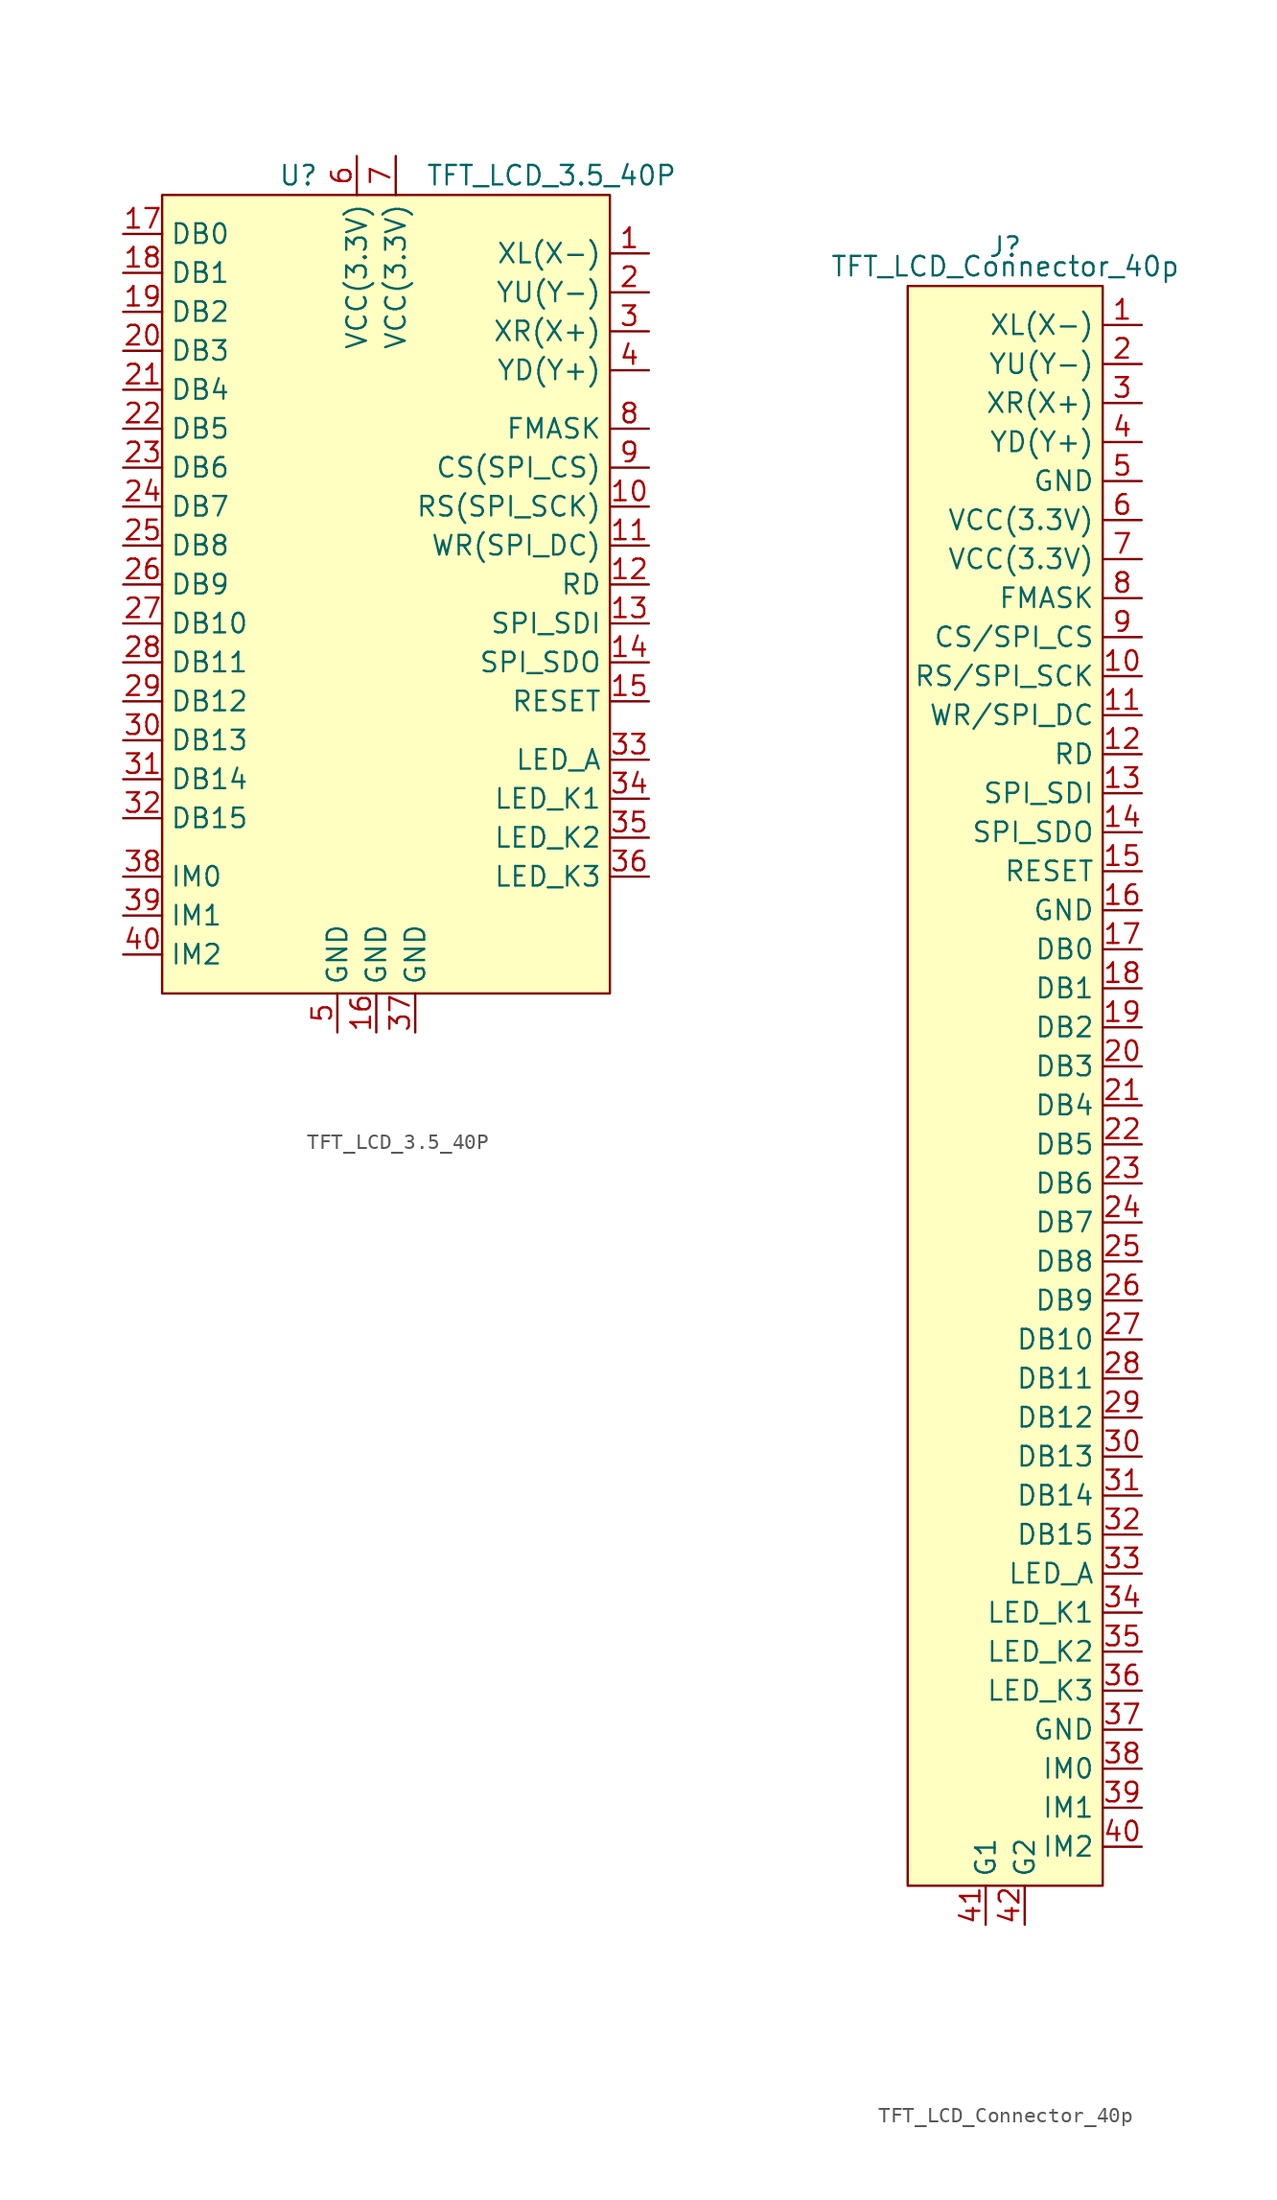
<source format=kicad_sym>
(kicad_symbol_lib
  (version 20211014)
  (generator kicad_symbol_editor)
  (symbol "TFT_LCD_3.5_40P"
    (property "Reference" "U"
      (at -5.08 26.67 0)
      (effects (font (size 1.27 1.27))))
    (property "Value" "TFT_LCD_3.5_40P"
      (at 11.43 26.67 0)
      (effects (font (size 1.27 1.27))))
    (symbol "TFT_LCD_3.5_40P_0_1"
      (rectangle (start -13.97 25.4) (end 15.24 -26.67) (stroke (width 0) (type default) (color 0 0 0 0)) (fill (type background))))
    (symbol "TFT_LCD_3.5_40P_1_1"
      (pin input line (at 17.78 21.59 180) (length 2.54) (name "XL(X-)" (effects (font (size 1.27 1.27)))) (number "1" (effects (font (size 1.27 1.27)))))
      (pin input line (at 17.78 5.08 180) (length 2.54) (name "RS(SPI_SCK)" (effects (font (size 1.27 1.27)))) (number "10" (effects (font (size 1.27 1.27)))))
      (pin input line (at 17.78 2.54 180) (length 2.54) (name "WR(SPI_DC)" (effects (font (size 1.27 1.27)))) (number "11" (effects (font (size 1.27 1.27)))))
      (pin input line (at 17.78 0 180) (length 2.54) (name "RD" (effects (font (size 1.27 1.27)))) (number "12" (effects (font (size 1.27 1.27)))))
      (pin input line (at 17.78 -2.54 180) (length 2.54) (name "SPI_SDI" (effects (font (size 1.27 1.27)))) (number "13" (effects (font (size 1.27 1.27)))))
      (pin input line (at 17.78 -5.08 180) (length 2.54) (name "SPI_SDO" (effects (font (size 1.27 1.27)))) (number "14" (effects (font (size 1.27 1.27)))))
      (pin input line (at 17.78 -7.62 180) (length 2.54) (name "RESET" (effects (font (size 1.27 1.27)))) (number "15" (effects (font (size 1.27 1.27)))))
      (pin input line (at 0 -29.21 90) (length 2.54) (name "GND" (effects (font (size 1.27 1.27)))) (number "16" (effects (font (size 1.27 1.27)))))
      (pin input line (at -16.51 22.86 0) (length 2.54) (name "DB0" (effects (font (size 1.27 1.27)))) (number "17" (effects (font (size 1.27 1.27)))))
      (pin input line (at -16.51 20.32 0) (length 2.54) (name "DB1" (effects (font (size 1.27 1.27)))) (number "18" (effects (font (size 1.27 1.27)))))
      (pin input line (at -16.51 17.78 0) (length 2.54) (name "DB2" (effects (font (size 1.27 1.27)))) (number "19" (effects (font (size 1.27 1.27)))))
      (pin input line (at 17.78 19.05 180) (length 2.54) (name "YU(Y-)" (effects (font (size 1.27 1.27)))) (number "2" (effects (font (size 1.27 1.27)))))
      (pin input line (at -16.51 15.24 0) (length 2.54) (name "DB3" (effects (font (size 1.27 1.27)))) (number "20" (effects (font (size 1.27 1.27)))))
      (pin input line (at -16.51 12.7 0) (length 2.54) (name "DB4" (effects (font (size 1.27 1.27)))) (number "21" (effects (font (size 1.27 1.27)))))
      (pin input line (at -16.51 10.16 0) (length 2.54) (name "DB5" (effects (font (size 1.27 1.27)))) (number "22" (effects (font (size 1.27 1.27)))))
      (pin input line (at -16.51 7.62 0) (length 2.54) (name "DB6" (effects (font (size 1.27 1.27)))) (number "23" (effects (font (size 1.27 1.27)))))
      (pin input line (at -16.51 5.08 0) (length 2.54) (name "DB7" (effects (font (size 1.27 1.27)))) (number "24" (effects (font (size 1.27 1.27)))))
      (pin input line (at -16.51 2.54 0) (length 2.54) (name "DB8" (effects (font (size 1.27 1.27)))) (number "25" (effects (font (size 1.27 1.27)))))
      (pin input line (at -16.51 0 0) (length 2.54) (name "DB9" (effects (font (size 1.27 1.27)))) (number "26" (effects (font (size 1.27 1.27)))))
      (pin input line (at -16.51 -2.54 0) (length 2.54) (name "DB10" (effects (font (size 1.27 1.27)))) (number "27" (effects (font (size 1.27 1.27)))))
      (pin input line (at -16.51 -5.08 0) (length 2.54) (name "DB11" (effects (font (size 1.27 1.27)))) (number "28" (effects (font (size 1.27 1.27)))))
      (pin input line (at -16.51 -7.62 0) (length 2.54) (name "DB12" (effects (font (size 1.27 1.27)))) (number "29" (effects (font (size 1.27 1.27)))))
      (pin input line (at 17.78 16.51 180) (length 2.54) (name "XR(X+)" (effects (font (size 1.27 1.27)))) (number "3" (effects (font (size 1.27 1.27)))))
      (pin input line (at -16.51 -10.16 0) (length 2.54) (name "DB13" (effects (font (size 1.27 1.27)))) (number "30" (effects (font (size 1.27 1.27)))))
      (pin input line (at -16.51 -12.7 0) (length 2.54) (name "DB14" (effects (font (size 1.27 1.27)))) (number "31" (effects (font (size 1.27 1.27)))))
      (pin input line (at -16.51 -15.24 0) (length 2.54) (name "DB15" (effects (font (size 1.27 1.27)))) (number "32" (effects (font (size 1.27 1.27)))))
      (pin input line (at 17.78 -11.43 180) (length 2.54) (name "LED_A" (effects (font (size 1.27 1.27)))) (number "33" (effects (font (size 1.27 1.27)))))
      (pin input line (at 17.78 -13.97 180) (length 2.54) (name "LED_K1" (effects (font (size 1.27 1.27)))) (number "34" (effects (font (size 1.27 1.27)))))
      (pin input line (at 17.78 -16.51 180) (length 2.54) (name "LED_K2" (effects (font (size 1.27 1.27)))) (number "35" (effects (font (size 1.27 1.27)))))
      (pin input line (at 17.78 -19.05 180) (length 2.54) (name "LED_K3" (effects (font (size 1.27 1.27)))) (number "36" (effects (font (size 1.27 1.27)))))
      (pin input line (at 2.54 -29.21 90) (length 2.54) (name "GND" (effects (font (size 1.27 1.27)))) (number "37" (effects (font (size 1.27 1.27)))))
      (pin input line (at -16.51 -19.05 0) (length 2.54) (name "IM0" (effects (font (size 1.27 1.27)))) (number "38" (effects (font (size 1.27 1.27)))))
      (pin input line (at -16.51 -21.59 0) (length 2.54) (name "IM1" (effects (font (size 1.27 1.27)))) (number "39" (effects (font (size 1.27 1.27)))))
      (pin input line (at 17.78 13.97 180) (length 2.54) (name "YD(Y+)" (effects (font (size 1.27 1.27)))) (number "4" (effects (font (size 1.27 1.27)))))
      (pin input line (at -16.51 -24.13 0) (length 2.54) (name "IM2" (effects (font (size 1.27 1.27)))) (number "40" (effects (font (size 1.27 1.27)))))
      (pin input line (at -2.54 -29.21 90) (length 2.54) (name "GND" (effects (font (size 1.27 1.27)))) (number "5" (effects (font (size 1.27 1.27)))))
      (pin input line (at -1.27 27.94 270) (length 2.54) (name "VCC(3.3V)" (effects (font (size 1.27 1.27)))) (number "6" (effects (font (size 1.27 1.27)))))
      (pin input line (at 1.27 27.94 270) (length 2.54) (name "VCC(3.3V)" (effects (font (size 1.27 1.27)))) (number "7" (effects (font (size 1.27 1.27)))))
      (pin input line (at 17.78 10.16 180) (length 2.54) (name "FMASK" (effects (font (size 1.27 1.27)))) (number "8" (effects (font (size 1.27 1.27)))))
      (pin input line (at 17.78 7.62 180) (length 2.54) (name "CS(SPI_CS)" (effects (font (size 1.27 1.27)))) (number "9" (effects (font (size 1.27 1.27)))))))
  (symbol "TFT_LCD_Connector_40p"
    (property "Reference" "J"
      (at 0 52.07 0)
      (effects (font (size 1.27 1.27))))
    (property "Value" "TFT_LCD_Connector_40p"
      (at 0 50.8 0)
      (effects (font (size 1.27 1.27))))
    (symbol "TFT_LCD_Connector_40p_0_1"
      (rectangle (start -6.35 49.53) (end 6.35 -54.61) (stroke (width 0) (type default) (color 0 0 0 0)) (fill (type background))))
    (symbol "TFT_LCD_Connector_40p_1_1"
      (pin input line (at 8.89 46.99 180) (length 2.54) (name "XL(X-)" (effects (font (size 1.27 1.27)))) (number "1" (effects (font (size 1.27 1.27)))))
      (pin input line (at 8.89 24.13 180) (length 2.54) (name "RS/SPI_SCK" (effects (font (size 1.27 1.27)))) (number "10" (effects (font (size 1.27 1.27)))))
      (pin input line (at 8.89 21.59 180) (length 2.54) (name "WR/SPI_DC" (effects (font (size 1.27 1.27)))) (number "11" (effects (font (size 1.27 1.27)))))
      (pin input line (at 8.89 19.05 180) (length 2.54) (name "RD" (effects (font (size 1.27 1.27)))) (number "12" (effects (font (size 1.27 1.27)))))
      (pin input line (at 8.89 16.51 180) (length 2.54) (name "SPI_SDI" (effects (font (size 1.27 1.27)))) (number "13" (effects (font (size 1.27 1.27)))))
      (pin input line (at 8.89 13.97 180) (length 2.54) (name "SPI_SDO" (effects (font (size 1.27 1.27)))) (number "14" (effects (font (size 1.27 1.27)))))
      (pin input line (at 8.89 11.43 180) (length 2.54) (name "RESET" (effects (font (size 1.27 1.27)))) (number "15" (effects (font (size 1.27 1.27)))))
      (pin input line (at 8.89 8.89 180) (length 2.54) (name "GND" (effects (font (size 1.27 1.27)))) (number "16" (effects (font (size 1.27 1.27)))))
      (pin input line (at 8.89 6.35 180) (length 2.54) (name "DB0" (effects (font (size 1.27 1.27)))) (number "17" (effects (font (size 1.27 1.27)))))
      (pin input line (at 8.89 3.81 180) (length 2.54) (name "DB1" (effects (font (size 1.27 1.27)))) (number "18" (effects (font (size 1.27 1.27)))))
      (pin input line (at 8.89 1.27 180) (length 2.54) (name "DB2" (effects (font (size 1.27 1.27)))) (number "19" (effects (font (size 1.27 1.27)))))
      (pin input line (at 8.89 44.45 180) (length 2.54) (name "YU(Y-)" (effects (font (size 1.27 1.27)))) (number "2" (effects (font (size 1.27 1.27)))))
      (pin input line (at 8.89 -1.27 180) (length 2.54) (name "DB3" (effects (font (size 1.27 1.27)))) (number "20" (effects (font (size 1.27 1.27)))))
      (pin input line (at 8.89 -3.81 180) (length 2.54) (name "DB4" (effects (font (size 1.27 1.27)))) (number "21" (effects (font (size 1.27 1.27)))))
      (pin input line (at 8.89 -6.35 180) (length 2.54) (name "DB5" (effects (font (size 1.27 1.27)))) (number "22" (effects (font (size 1.27 1.27)))))
      (pin input line (at 8.89 -8.89 180) (length 2.54) (name "DB6" (effects (font (size 1.27 1.27)))) (number "23" (effects (font (size 1.27 1.27)))))
      (pin input line (at 8.89 -11.43 180) (length 2.54) (name "DB7" (effects (font (size 1.27 1.27)))) (number "24" (effects (font (size 1.27 1.27)))))
      (pin input line (at 8.89 -13.97 180) (length 2.54) (name "DB8" (effects (font (size 1.27 1.27)))) (number "25" (effects (font (size 1.27 1.27)))))
      (pin input line (at 8.89 -16.51 180) (length 2.54) (name "DB9" (effects (font (size 1.27 1.27)))) (number "26" (effects (font (size 1.27 1.27)))))
      (pin input line (at 8.89 -19.05 180) (length 2.54) (name "DB10" (effects (font (size 1.27 1.27)))) (number "27" (effects (font (size 1.27 1.27)))))
      (pin input line (at 8.89 -21.59 180) (length 2.54) (name "DB11" (effects (font (size 1.27 1.27)))) (number "28" (effects (font (size 1.27 1.27)))))
      (pin input line (at 8.89 -24.13 180) (length 2.54) (name "DB12" (effects (font (size 1.27 1.27)))) (number "29" (effects (font (size 1.27 1.27)))))
      (pin input line (at 8.89 41.91 180) (length 2.54) (name "XR(X+)" (effects (font (size 1.27 1.27)))) (number "3" (effects (font (size 1.27 1.27)))))
      (pin input line (at 8.89 -26.67 180) (length 2.54) (name "DB13" (effects (font (size 1.27 1.27)))) (number "30" (effects (font (size 1.27 1.27)))))
      (pin input line (at 8.89 -29.21 180) (length 2.54) (name "DB14" (effects (font (size 1.27 1.27)))) (number "31" (effects (font (size 1.27 1.27)))))
      (pin input line (at 8.89 -31.75 180) (length 2.54) (name "DB15" (effects (font (size 1.27 1.27)))) (number "32" (effects (font (size 1.27 1.27)))))
      (pin input line (at 8.89 -34.29 180) (length 2.54) (name "LED_A" (effects (font (size 1.27 1.27)))) (number "33" (effects (font (size 1.27 1.27)))))
      (pin input line (at 8.89 -36.83 180) (length 2.54) (name "LED_K1" (effects (font (size 1.27 1.27)))) (number "34" (effects (font (size 1.27 1.27)))))
      (pin input line (at 8.89 -39.37 180) (length 2.54) (name "LED_K2" (effects (font (size 1.27 1.27)))) (number "35" (effects (font (size 1.27 1.27)))))
      (pin input line (at 8.89 -41.91 180) (length 2.54) (name "LED_K3" (effects (font (size 1.27 1.27)))) (number "36" (effects (font (size 1.27 1.27)))))
      (pin input line (at 8.89 -44.45 180) (length 2.54) (name "GND" (effects (font (size 1.27 1.27)))) (number "37" (effects (font (size 1.27 1.27)))))
      (pin input line (at 8.89 -46.99 180) (length 2.54) (name "IM0" (effects (font (size 1.27 1.27)))) (number "38" (effects (font (size 1.27 1.27)))))
      (pin input line (at 8.89 -49.53 180) (length 2.54) (name "IM1" (effects (font (size 1.27 1.27)))) (number "39" (effects (font (size 1.27 1.27)))))
      (pin input line (at 8.89 39.37 180) (length 2.54) (name "YD(Y+)" (effects (font (size 1.27 1.27)))) (number "4" (effects (font (size 1.27 1.27)))))
      (pin input line (at 8.89 -52.07 180) (length 2.54) (name "IM2" (effects (font (size 1.27 1.27)))) (number "40" (effects (font (size 1.27 1.27)))))
      (pin input line (at -1.27 -57.15 90) (length 2.54) (name "G1" (effects (font (size 1.27 1.27)))) (number "41" (effects (font (size 1.27 1.27)))))
      (pin input line (at 1.27 -57.15 90) (length 2.54) (name "G2" (effects (font (size 1.27 1.27)))) (number "42" (effects (font (size 1.27 1.27)))))
      (pin input line (at 8.89 36.83 180) (length 2.54) (name "GND" (effects (font (size 1.27 1.27)))) (number "5" (effects (font (size 1.27 1.27)))))
      (pin input line (at 8.89 34.29 180) (length 2.54) (name "VCC(3.3V)" (effects (font (size 1.27 1.27)))) (number "6" (effects (font (size 1.27 1.27)))))
      (pin input line (at 8.89 31.75 180) (length 2.54) (name "VCC(3.3V)" (effects (font (size 1.27 1.27)))) (number "7" (effects (font (size 1.27 1.27)))))
      (pin input line (at 8.89 29.21 180) (length 2.54) (name "FMASK" (effects (font (size 1.27 1.27)))) (number "8" (effects (font (size 1.27 1.27)))))
      (pin input line (at 8.89 26.67 180) (length 2.54) (name "CS/SPI_CS" (effects (font (size 1.27 1.27)))) (number "9" (effects (font (size 1.27 1.27))))))))
</source>
